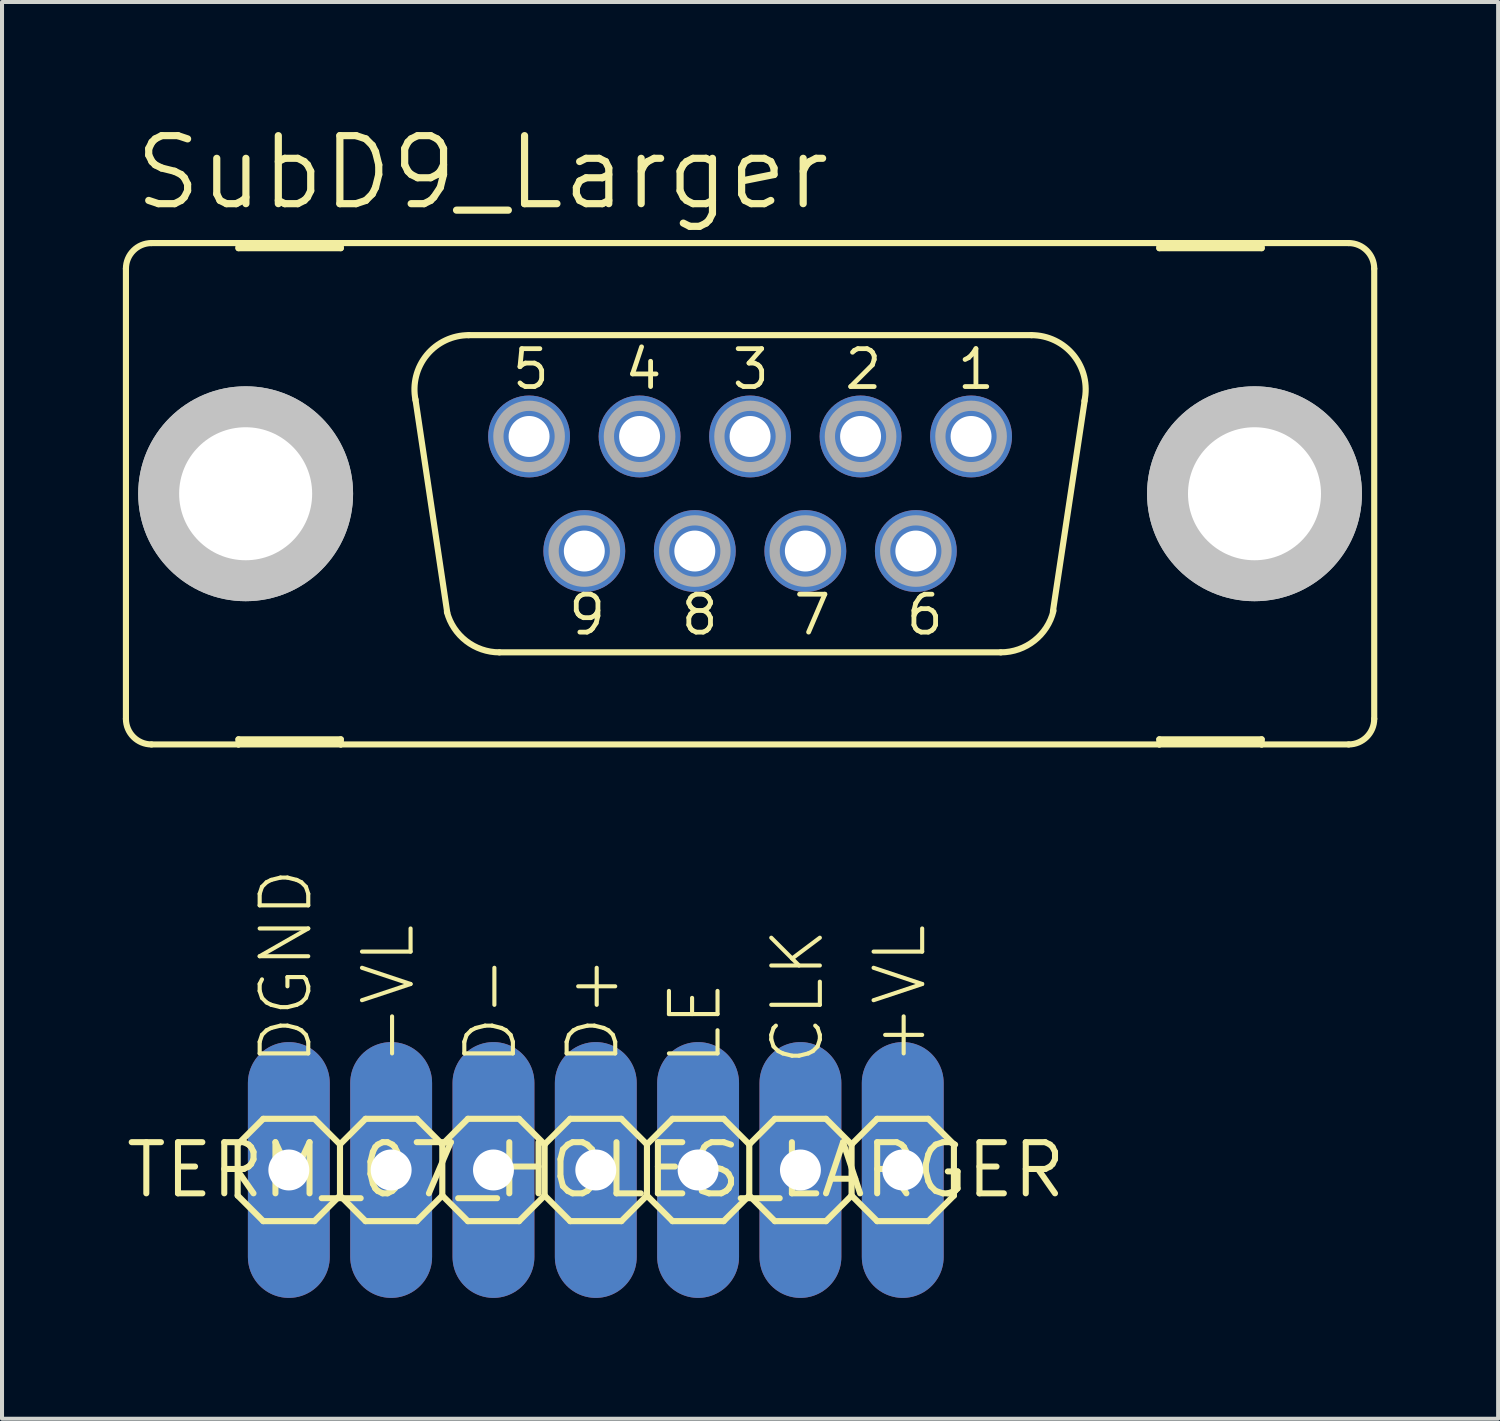
<source format=kicad_pcb>
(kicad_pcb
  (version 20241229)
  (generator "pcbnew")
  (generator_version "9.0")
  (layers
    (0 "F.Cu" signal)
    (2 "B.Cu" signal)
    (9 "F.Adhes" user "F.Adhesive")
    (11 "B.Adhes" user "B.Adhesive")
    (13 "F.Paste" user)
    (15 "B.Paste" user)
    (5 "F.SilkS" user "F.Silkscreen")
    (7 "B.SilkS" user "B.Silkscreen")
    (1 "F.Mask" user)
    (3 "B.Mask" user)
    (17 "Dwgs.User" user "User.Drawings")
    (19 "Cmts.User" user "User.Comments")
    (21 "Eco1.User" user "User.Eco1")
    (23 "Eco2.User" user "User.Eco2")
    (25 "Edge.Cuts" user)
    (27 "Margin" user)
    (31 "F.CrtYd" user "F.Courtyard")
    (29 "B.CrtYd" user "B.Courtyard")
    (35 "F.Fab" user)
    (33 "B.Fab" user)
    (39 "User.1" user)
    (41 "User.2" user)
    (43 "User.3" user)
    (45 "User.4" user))
  (footprint "TERM_07_HOLES_LARGER"
    (layer "F.Cu")
    (at 11.74 25.994)
    (property "Reference" "TERM_07_HOLES_LARGER" (at 0 0 0) (layer "F.SilkS") (effects (font (size 1.27 1.27) (thickness 0.15))))
    (attr through_hole)
    (fp_line (start -8.89 -0.635) (end -8.89 0.635) (stroke (width 0.152) (type solid)) (layer "F.SilkS"))
    (fp_line (start -8.89 0.635) (end -8.255 1.27) (stroke (width 0.152) (type solid)) (layer "F.SilkS"))
    (fp_line (start -8.255 -1.27) (end -8.89 -0.635) (stroke (width 0.152) (type solid)) (layer "F.SilkS"))
    (fp_line (start -8.255 -1.27) (end -6.985 -1.27) (stroke (width 0.152) (type solid)) (layer "F.SilkS"))
    (fp_line (start -6.985 -1.27) (end -6.35 -0.635) (stroke (width 0.152) (type solid)) (layer "F.SilkS"))
    (fp_line (start -6.985 1.27) (end -8.255 1.27) (stroke (width 0.152) (type solid)) (layer "F.SilkS"))
    (fp_line (start -6.35 -0.635) (end -6.35 0.635) (stroke (width 0.152) (type solid)) (layer "F.SilkS"))
    (fp_line (start -6.35 -0.635) (end -5.715 -1.27) (stroke (width 0.152) (type solid)) (layer "F.SilkS"))
    (fp_line (start -6.35 0.635) (end -6.985 1.27) (stroke (width 0.152) (type solid)) (layer "F.SilkS"))
    (fp_line (start -5.715 -1.27) (end -4.445 -1.27) (stroke (width 0.152) (type solid)) (layer "F.SilkS"))
    (fp_line (start -5.715 1.27) (end -6.35 0.635) (stroke (width 0.152) (type solid)) (layer "F.SilkS"))
    (fp_line (start -4.445 -1.27) (end -3.81 -0.635) (stroke (width 0.152) (type solid)) (layer "F.SilkS"))
    (fp_line (start -4.445 1.27) (end -5.715 1.27) (stroke (width 0.152) (type solid)) (layer "F.SilkS"))
    (fp_line (start -3.81 -0.635) (end -3.81 0.635) (stroke (width 0.152) (type solid)) (layer "F.SilkS"))
    (fp_line (start -3.81 -0.635) (end -3.175 -1.27) (stroke (width 0.152) (type solid)) (layer "F.SilkS"))
    (fp_line (start -3.81 0.635) (end -4.445 1.27) (stroke (width 0.152) (type solid)) (layer "F.SilkS"))
    (fp_line (start -3.175 -1.27) (end -1.905 -1.27) (stroke (width 0.152) (type solid)) (layer "F.SilkS"))
    (fp_line (start -3.175 1.27) (end -3.81 0.635) (stroke (width 0.152) (type solid)) (layer "F.SilkS"))
    (fp_line (start -1.905 -1.27) (end -1.27 -0.635) (stroke (width 0.152) (type solid)) (layer "F.SilkS"))
    (fp_line (start -1.905 1.27) (end -3.175 1.27) (stroke (width 0.152) (type solid)) (layer "F.SilkS"))
    (fp_line (start -1.27 -0.635) (end -1.27 0.635) (stroke (width 0.152) (type solid)) (layer "F.SilkS"))
    (fp_line (start -1.27 0.635) (end -1.905 1.27) (stroke (width 0.152) (type solid)) (layer "F.SilkS"))
    (fp_line (start -1.27 0.635) (end -0.635 1.27) (stroke (width 0.152) (type solid)) (layer "F.SilkS"))
    (fp_line (start -0.635 -1.27) (end -1.27 -0.635) (stroke (width 0.152) (type solid)) (layer "F.SilkS"))
    (fp_line (start -0.635 -1.27) (end 0.635 -1.27) (stroke (width 0.152) (type solid)) (layer "F.SilkS"))
    (fp_line (start 0.635 -1.27) (end 1.27 -0.635) (stroke (width 0.152) (type solid)) (layer "F.SilkS"))
    (fp_line (start 0.635 1.27) (end -0.635 1.27) (stroke (width 0.152) (type solid)) (layer "F.SilkS"))
    (fp_line (start 1.27 -0.635) (end 1.27 0.635) (stroke (width 0.152) (type solid)) (layer "F.SilkS"))
    (fp_line (start 1.27 -0.635) (end 1.905 -1.27) (stroke (width 0.152) (type solid)) (layer "F.SilkS"))
    (fp_line (start 1.27 0.635) (end 0.635 1.27) (stroke (width 0.152) (type solid)) (layer "F.SilkS"))
    (fp_line (start 1.905 -1.27) (end 3.175 -1.27) (stroke (width 0.152) (type solid)) (layer "F.SilkS"))
    (fp_line (start 1.905 1.27) (end 1.27 0.635) (stroke (width 0.152) (type solid)) (layer "F.SilkS"))
    (fp_line (start 3.175 -1.27) (end 3.81 -0.635) (stroke (width 0.152) (type solid)) (layer "F.SilkS"))
    (fp_line (start 3.175 1.27) (end 1.905 1.27) (stroke (width 0.152) (type solid)) (layer "F.SilkS"))
    (fp_line (start 3.81 -0.635) (end 3.81 0.635) (stroke (width 0.152) (type solid)) (layer "F.SilkS"))
    (fp_line (start 3.81 -0.635) (end 4.445 -1.27) (stroke (width 0.152) (type solid)) (layer "F.SilkS"))
    (fp_line (start 3.81 0.635) (end 3.175 1.27) (stroke (width 0.152) (type solid)) (layer "F.SilkS"))
    (fp_line (start 4.445 -1.27) (end 5.715 -1.27) (stroke (width 0.152) (type solid)) (layer "F.SilkS"))
    (fp_line (start 4.445 1.27) (end 3.81 0.635) (stroke (width 0.152) (type solid)) (layer "F.SilkS"))
    (fp_line (start 5.715 -1.27) (end 6.35 -0.635) (stroke (width 0.152) (type solid)) (layer "F.SilkS"))
    (fp_line (start 5.715 1.27) (end 4.445 1.27) (stroke (width 0.152) (type solid)) (layer "F.SilkS"))
    (fp_line (start 6.35 -0.635) (end 6.35 0.635) (stroke (width 0.152) (type solid)) (layer "F.SilkS"))
    (fp_line (start 6.35 0.635) (end 5.715 1.27) (stroke (width 0.152) (type solid)) (layer "F.SilkS"))
    (fp_line (start 6.35 0.635) (end 6.985 1.27) (stroke (width 0.152) (type solid)) (layer "F.SilkS"))
    (fp_line (start 6.985 -1.27) (end 6.35 -0.635) (stroke (width 0.152) (type solid)) (layer "F.SilkS"))
    (fp_line (start 6.985 -1.27) (end 8.255 -1.27) (stroke (width 0.152) (type solid)) (layer "F.SilkS"))
    (fp_line (start 8.255 -1.27) (end 8.89 -0.635) (stroke (width 0.152) (type solid)) (layer "F.SilkS"))
    (fp_line (start 8.255 1.27) (end 6.985 1.27) (stroke (width 0.152) (type solid)) (layer "F.SilkS"))
    (fp_line (start 8.89 -0.635) (end 8.89 0.635) (stroke (width 0.152) (type solid)) (layer "F.SilkS"))
    (fp_line (start 8.89 0.635) (end 8.255 1.27) (stroke (width 0.152) (type solid)) (layer "F.SilkS"))
    (fp_poly (pts (xy -7.874 0.254) (xy -7.366 0.254) (xy -7.366 -0.254) (xy -7.874 -0.254)) (stroke (width 0.1) (type solid)) (fill no) (layer "F.Fab"))
    (fp_poly (pts (xy -5.334 0.254) (xy -4.826 0.254) (xy -4.826 -0.254) (xy -5.334 -0.254)) (stroke (width 0.1) (type solid)) (fill no) (layer "F.Fab"))
    (fp_poly (pts (xy -2.794 0.254) (xy -2.286 0.254) (xy -2.286 -0.254) (xy -2.794 -0.254)) (stroke (width 0.1) (type solid)) (fill no) (layer "F.Fab"))
    (fp_poly (pts (xy -0.254 0.254) (xy 0.254 0.254) (xy 0.254 -0.254) (xy -0.254 -0.254)) (stroke (width 0.1) (type solid)) (fill no) (layer "F.Fab"))
    (fp_poly (pts (xy 2.286 0.254) (xy 2.794 0.254) (xy 2.794 -0.254) (xy 2.286 -0.254)) (stroke (width 0.1) (type solid)) (fill no) (layer "F.Fab"))
    (fp_poly (pts (xy 4.826 0.254) (xy 5.334 0.254) (xy 5.334 -0.254) (xy 4.826 -0.254)) (stroke (width 0.1) (type solid)) (fill no) (layer "F.Fab"))
    (fp_poly (pts (xy 7.366 0.254) (xy 7.874 0.254) (xy 7.874 -0.254) (xy 7.366 -0.254)) (stroke (width 0.1) (type solid)) (fill no) (layer "F.Fab"))
    (fp_text user "D+" (at 0.635 -2.54 90) (layer "F.SilkS") (effects (font (size 1.206 1.206) (thickness 0.102)) (justify left bottom)))
    (fp_text user "+VL" (at 8.255 -2.54 90) (layer "F.SilkS") (effects (font (size 1.206 1.206) (thickness 0.102)) (justify left bottom)))
    (fp_text user "D-" (at -1.905 -2.54 90) (layer "F.SilkS") (effects (font (size 1.206 1.206) (thickness 0.102)) (justify left bottom)))
    (fp_text user "-VL" (at -4.445 -2.54 90) (layer "F.SilkS") (effects (font (size 1.206 1.206) (thickness 0.102)) (justify left bottom)))
    (fp_text user "CLK" (at 5.715 -2.54 90) (layer "F.SilkS") (effects (font (size 1.206 1.206) (thickness 0.102)) (justify left bottom)))
    (fp_text user "LE" (at 3.175 -2.54 90) (layer "F.SilkS") (effects (font (size 1.206 1.206) (thickness 0.102)) (justify left bottom)))
    (fp_text user "DGND" (at -6.985 -2.54 90) (layer "F.SilkS") (effects (font (size 1.206 1.206) (thickness 0.102)) (justify left bottom)))
    (pad "+VL" thru_hole oval (at 7.62 0 90) (size 6.35 2.032) (drill 1.016) (layers "*.Cu" "*.Mask"))
    (pad "-VL" thru_hole oval (at -5.08 0 90) (size 6.35 2.032) (drill 1.016) (layers "*.Cu" "*.Mask"))
    (pad "CLK" thru_hole oval (at 5.08 0 90) (size 6.35 2.032) (drill 1.016) (layers "*.Cu" "*.Mask"))
    (pad "D+" thru_hole oval (at 0 0 90) (size 6.35 2.032) (drill 1.016) (layers "*.Cu" "*.Mask"))
    (pad "D-" thru_hole oval (at -2.54 0 90) (size 6.35 2.032) (drill 1.016) (layers "*.Cu" "*.Mask"))
    (pad "DGND" thru_hole oval (at -7.62 0 90) (size 6.35 2.032) (drill 1.016) (layers "*.Cu" "*.Mask"))
    (pad "LE" thru_hole oval (at 2.54 0 90) (size 6.35 2.032) (drill 1.016) (layers "*.Cu" "*.Mask")))
  (footprint "SubD9_Larger"
    (layer "F.Cu")
    (at 15.57 9.207)
    (property "Reference" "SubD9_Larger" (at -15.367 -6.985 0) (layer "F.SilkS") (effects (font (size 1.689 1.689) (thickness 0.178)) (justify left bottom)))
    (attr through_hole)
    (fp_line (start -15.494 -5.588) (end -15.494 5.588) (stroke (width 0.152) (type solid)) (layer "F.SilkS"))
    (fp_line (start -14.859 6.223) (end -12.7 6.223) (stroke (width 0.152) (type solid)) (layer "F.SilkS"))
    (fp_line (start -12.7 -6.223) (end -14.859 -6.223) (stroke (width 0.152) (type solid)) (layer "F.SilkS"))
    (fp_line (start -12.7 -6.223) (end -12.7 -6.096) (stroke (width 0.152) (type solid)) (layer "F.SilkS"))
    (fp_line (start -12.7 -6.096) (end -10.16 -6.096) (stroke (width 0.152) (type solid)) (layer "F.SilkS"))
    (fp_line (start -12.7 6.096) (end -10.16 6.096) (stroke (width 0.152) (type solid)) (layer "F.SilkS"))
    (fp_line (start -12.7 6.223) (end -12.7 6.096) (stroke (width 0.152) (type solid)) (layer "F.SilkS"))
    (fp_line (start -12.7 6.223) (end -10.16 6.223) (stroke (width 0.152) (type solid)) (layer "F.SilkS"))
    (fp_line (start -10.16 -6.223) (end -12.7 -6.223) (stroke (width 0.152) (type solid)) (layer "F.SilkS"))
    (fp_line (start -10.16 -6.096) (end -10.16 -6.223) (stroke (width 0.152) (type solid)) (layer "F.SilkS"))
    (fp_line (start -10.16 6.096) (end -10.16 6.223) (stroke (width 0.152) (type solid)) (layer "F.SilkS"))
    (fp_line (start -10.16 6.223) (end 10.16 6.223) (stroke (width 0.152) (type solid)) (layer "F.SilkS"))
    (fp_line (start -7.518 2.946) (end -8.306 -2.337) (stroke (width 0.152) (type solid)) (layer "F.SilkS"))
    (fp_line (start -6.985 -3.937) (end 6.985 -3.937) (stroke (width 0.152) (type solid)) (layer "F.SilkS"))
    (fp_line (start -6.223 3.937) (end 6.223 3.937) (stroke (width 0.152) (type solid)) (layer "F.SilkS"))
    (fp_line (start 8.306 -2.311) (end 7.518 2.921) (stroke (width 0.152) (type solid)) (layer "F.SilkS"))
    (fp_line (start 10.16 -6.223) (end -10.16 -6.223) (stroke (width 0.152) (type solid)) (layer "F.SilkS"))
    (fp_line (start 10.16 -6.223) (end 10.16 -6.096) (stroke (width 0.152) (type solid)) (layer "F.SilkS"))
    (fp_line (start 10.16 -6.096) (end 12.7 -6.096) (stroke (width 0.152) (type solid)) (layer "F.SilkS"))
    (fp_line (start 10.16 6.096) (end 12.7 6.096) (stroke (width 0.152) (type solid)) (layer "F.SilkS"))
    (fp_line (start 10.16 6.223) (end 10.16 6.096) (stroke (width 0.152) (type solid)) (layer "F.SilkS"))
    (fp_line (start 10.16 6.223) (end 12.7 6.223) (stroke (width 0.152) (type solid)) (layer "F.SilkS"))
    (fp_line (start 12.7 -6.223) (end 10.16 -6.223) (stroke (width 0.152) (type solid)) (layer "F.SilkS"))
    (fp_line (start 12.7 -6.096) (end 12.7 -6.223) (stroke (width 0.152) (type solid)) (layer "F.SilkS"))
    (fp_line (start 12.7 6.096) (end 12.7 6.223) (stroke (width 0.152) (type solid)) (layer "F.SilkS"))
    (fp_line (start 12.7 6.223) (end 14.859 6.223) (stroke (width 0.152) (type solid)) (layer "F.SilkS"))
    (fp_line (start 14.859 -6.223) (end 12.7 -6.223) (stroke (width 0.152) (type solid)) (layer "F.SilkS"))
    (fp_line (start 15.494 -5.588) (end 15.494 5.588) (stroke (width 0.152) (type solid)) (layer "F.SilkS"))
    (fp_arc (start -15.494 -5.588) (mid -15.308013 -6.037013) (end -14.859 -6.223) (stroke (width 0.1524) (type solid)) (layer "F.SilkS"))
    (fp_arc (start -14.859 6.223) (mid -15.308013 6.037013) (end -15.494 5.588) (stroke (width 0.1524) (type solid)) (layer "F.SilkS"))
    (fp_arc (start -8.3051 -2.3268) (mid -8.026082 -3.444284) (end -6.985 -3.937) (stroke (width 0.1524) (type solid)) (layer "F.SilkS"))
    (fp_arc (start -6.223 3.937) (mid -7.0465 3.655745) (end -7.5259 2.9295) (stroke (width 0.1524) (type solid)) (layer "F.SilkS"))
    (fp_arc (start 6.985 -3.937) (mid 8.033557 -3.435183) (end 8.300499 -2.303798) (stroke (width 0.1524) (type solid)) (layer "F.SilkS"))
    (fp_arc (start 7.531701 2.904999) (mid 7.056257 3.647874) (end 6.223 3.937) (stroke (width 0.1524) (type solid)) (layer "F.SilkS"))
    (fp_arc (start 14.859 -6.223) (mid 15.308013 -6.037013) (end 15.494 -5.588) (stroke (width 0.1524) (type solid)) (layer "F.SilkS"))
    (fp_arc (start 15.494 5.588) (mid 15.308013 6.037013) (end 14.859 6.223) (stroke (width 0.1524) (type solid)) (layer "F.SilkS"))
    (fp_circle (center -12.522 0) (end -10.871 0) (stroke (width 0.152) (type solid)) (fill no) (layer "F.SilkS"))
    (fp_circle (center 12.522 0) (end 14.173 0) (stroke (width 0.152) (type solid)) (fill no) (layer "F.SilkS"))
    (fp_circle (center -12.522 0) (end -9.855 0) (stroke (width 0) (type solid)) (fill yes) (layer "Dwgs.User"))
    (fp_circle (center -12.522 0) (end -9.855 0) (stroke (width 0) (type solid)) (fill yes) (layer "Dwgs.User"))
    (fp_circle (center 12.522 0) (end 15.189 0) (stroke (width 0) (type solid)) (fill yes) (layer "Dwgs.User"))
    (fp_circle (center 12.522 0) (end 15.189 0) (stroke (width 0) (type solid)) (fill yes) (layer "Dwgs.User"))
    (fp_circle (center -5.486 -1.422) (end -4.724 -1.422) (stroke (width 0.254) (type solid)) (fill no) (layer "F.Fab"))
    (fp_circle (center -4.115 1.422) (end -3.353 1.422) (stroke (width 0.254) (type solid)) (fill no) (layer "F.Fab"))
    (fp_circle (center -2.743 -1.422) (end -1.981 -1.422) (stroke (width 0.254) (type solid)) (fill no) (layer "F.Fab"))
    (fp_circle (center -1.372 1.422) (end -0.61 1.422) (stroke (width 0.254) (type solid)) (fill no) (layer "F.Fab"))
    (fp_circle (center 0 -1.422) (end 0.762 -1.422) (stroke (width 0.254) (type solid)) (fill no) (layer "F.Fab"))
    (fp_circle (center 1.372 1.422) (end 2.134 1.422) (stroke (width 0.254) (type solid)) (fill no) (layer "F.Fab"))
    (fp_circle (center 2.743 -1.422) (end 3.505 -1.422) (stroke (width 0.254) (type solid)) (fill no) (layer "F.Fab"))
    (fp_circle (center 4.115 1.422) (end 4.877 1.422) (stroke (width 0.254) (type solid)) (fill no) (layer "F.Fab"))
    (fp_circle (center 5.486 -1.422) (end 6.248 -1.422) (stroke (width 0.254) (type solid)) (fill no) (layer "F.Fab"))
    (fp_text user "9" (at -4.572 3.556 0) (layer "F.SilkS") (effects (font (size 0.941 0.941) (thickness 0.119)) (justify left bottom)))
    (fp_text user "3" (at -0.508 -2.54 0) (layer "F.SilkS") (effects (font (size 0.941 0.941) (thickness 0.119)) (justify left bottom)))
    (fp_text user "1" (at 5.08 -2.54 0) (layer "F.SilkS") (effects (font (size 0.941 0.941) (thickness 0.119)) (justify left bottom)))
    (fp_text user "4" (at -3.175 -2.54 0) (layer "F.SilkS") (effects (font (size 0.941 0.941) (thickness 0.119)) (justify left bottom)))
    (fp_text user "6" (at 3.81 3.556 0) (layer "F.SilkS") (effects (font (size 0.941 0.941) (thickness 0.119)) (justify left bottom)))
    (fp_text user "8" (at -1.778 3.556 0) (layer "F.SilkS") (effects (font (size 0.941 0.941) (thickness 0.119)) (justify left bottom)))
    (fp_text user "7" (at 1.016 3.556 0) (layer "F.SilkS") (effects (font (size 0.941 0.941) (thickness 0.119)) (justify left bottom)))
    (fp_text user "2" (at 2.286 -2.54 0) (layer "F.SilkS") (effects (font (size 0.941 0.941) (thickness 0.119)) (justify left bottom)))
    (fp_text user "5" (at -5.969 -2.54 0) (layer "F.SilkS") (effects (font (size 0.941 0.941) (thickness 0.119)) (justify left bottom)))
    (pad "" np_thru_hole circle (at -12.522 0) (size 3.302 3.302) (drill 3.302) (layers "*.Cu"))
    (pad "" np_thru_hole circle (at 12.522 0) (size 3.302 3.302) (drill 3.302) (layers "*.Cu"))
    (pad "1" thru_hole circle (at 5.486 -1.422) (size 2.032 2.032) (drill 1.016) (layers "*.Cu" "*.Mask"))
    (pad "2" thru_hole circle (at 2.743 -1.422) (size 2.032 2.032) (drill 1.016) (layers "*.Cu" "*.Mask"))
    (pad "3" thru_hole circle (at 0 -1.422) (size 2.032 2.032) (drill 1.016) (layers "*.Cu" "*.Mask"))
    (pad "4" thru_hole circle (at -2.743 -1.422) (size 2.032 2.032) (drill 1.016) (layers "*.Cu" "*.Mask"))
    (pad "5" thru_hole circle (at -5.486 -1.422) (size 2.032 2.032) (drill 1.016) (layers "*.Cu" "*.Mask"))
    (pad "6" thru_hole circle (at 4.115 1.422) (size 2.032 2.032) (drill 1.016) (layers "*.Cu" "*.Mask"))
    (pad "7" thru_hole circle (at 1.372 1.422) (size 2.032 2.032) (drill 1.016) (layers "*.Cu" "*.Mask"))
    (pad "8" thru_hole circle (at -1.372 1.422) (size 2.032 2.032) (drill 1.016) (layers "*.Cu" "*.Mask"))
    (pad "9" thru_hole circle (at -4.115 1.422) (size 2.032 2.032) (drill 1.016) (layers "*.Cu" "*.Mask")))
  (gr_rect
    (start -3 -3)
    (end 34.14 32.169)
    (stroke (width 0.1) (type default))
    (fill no)
    (layer "Edge.Cuts")))
</source>
